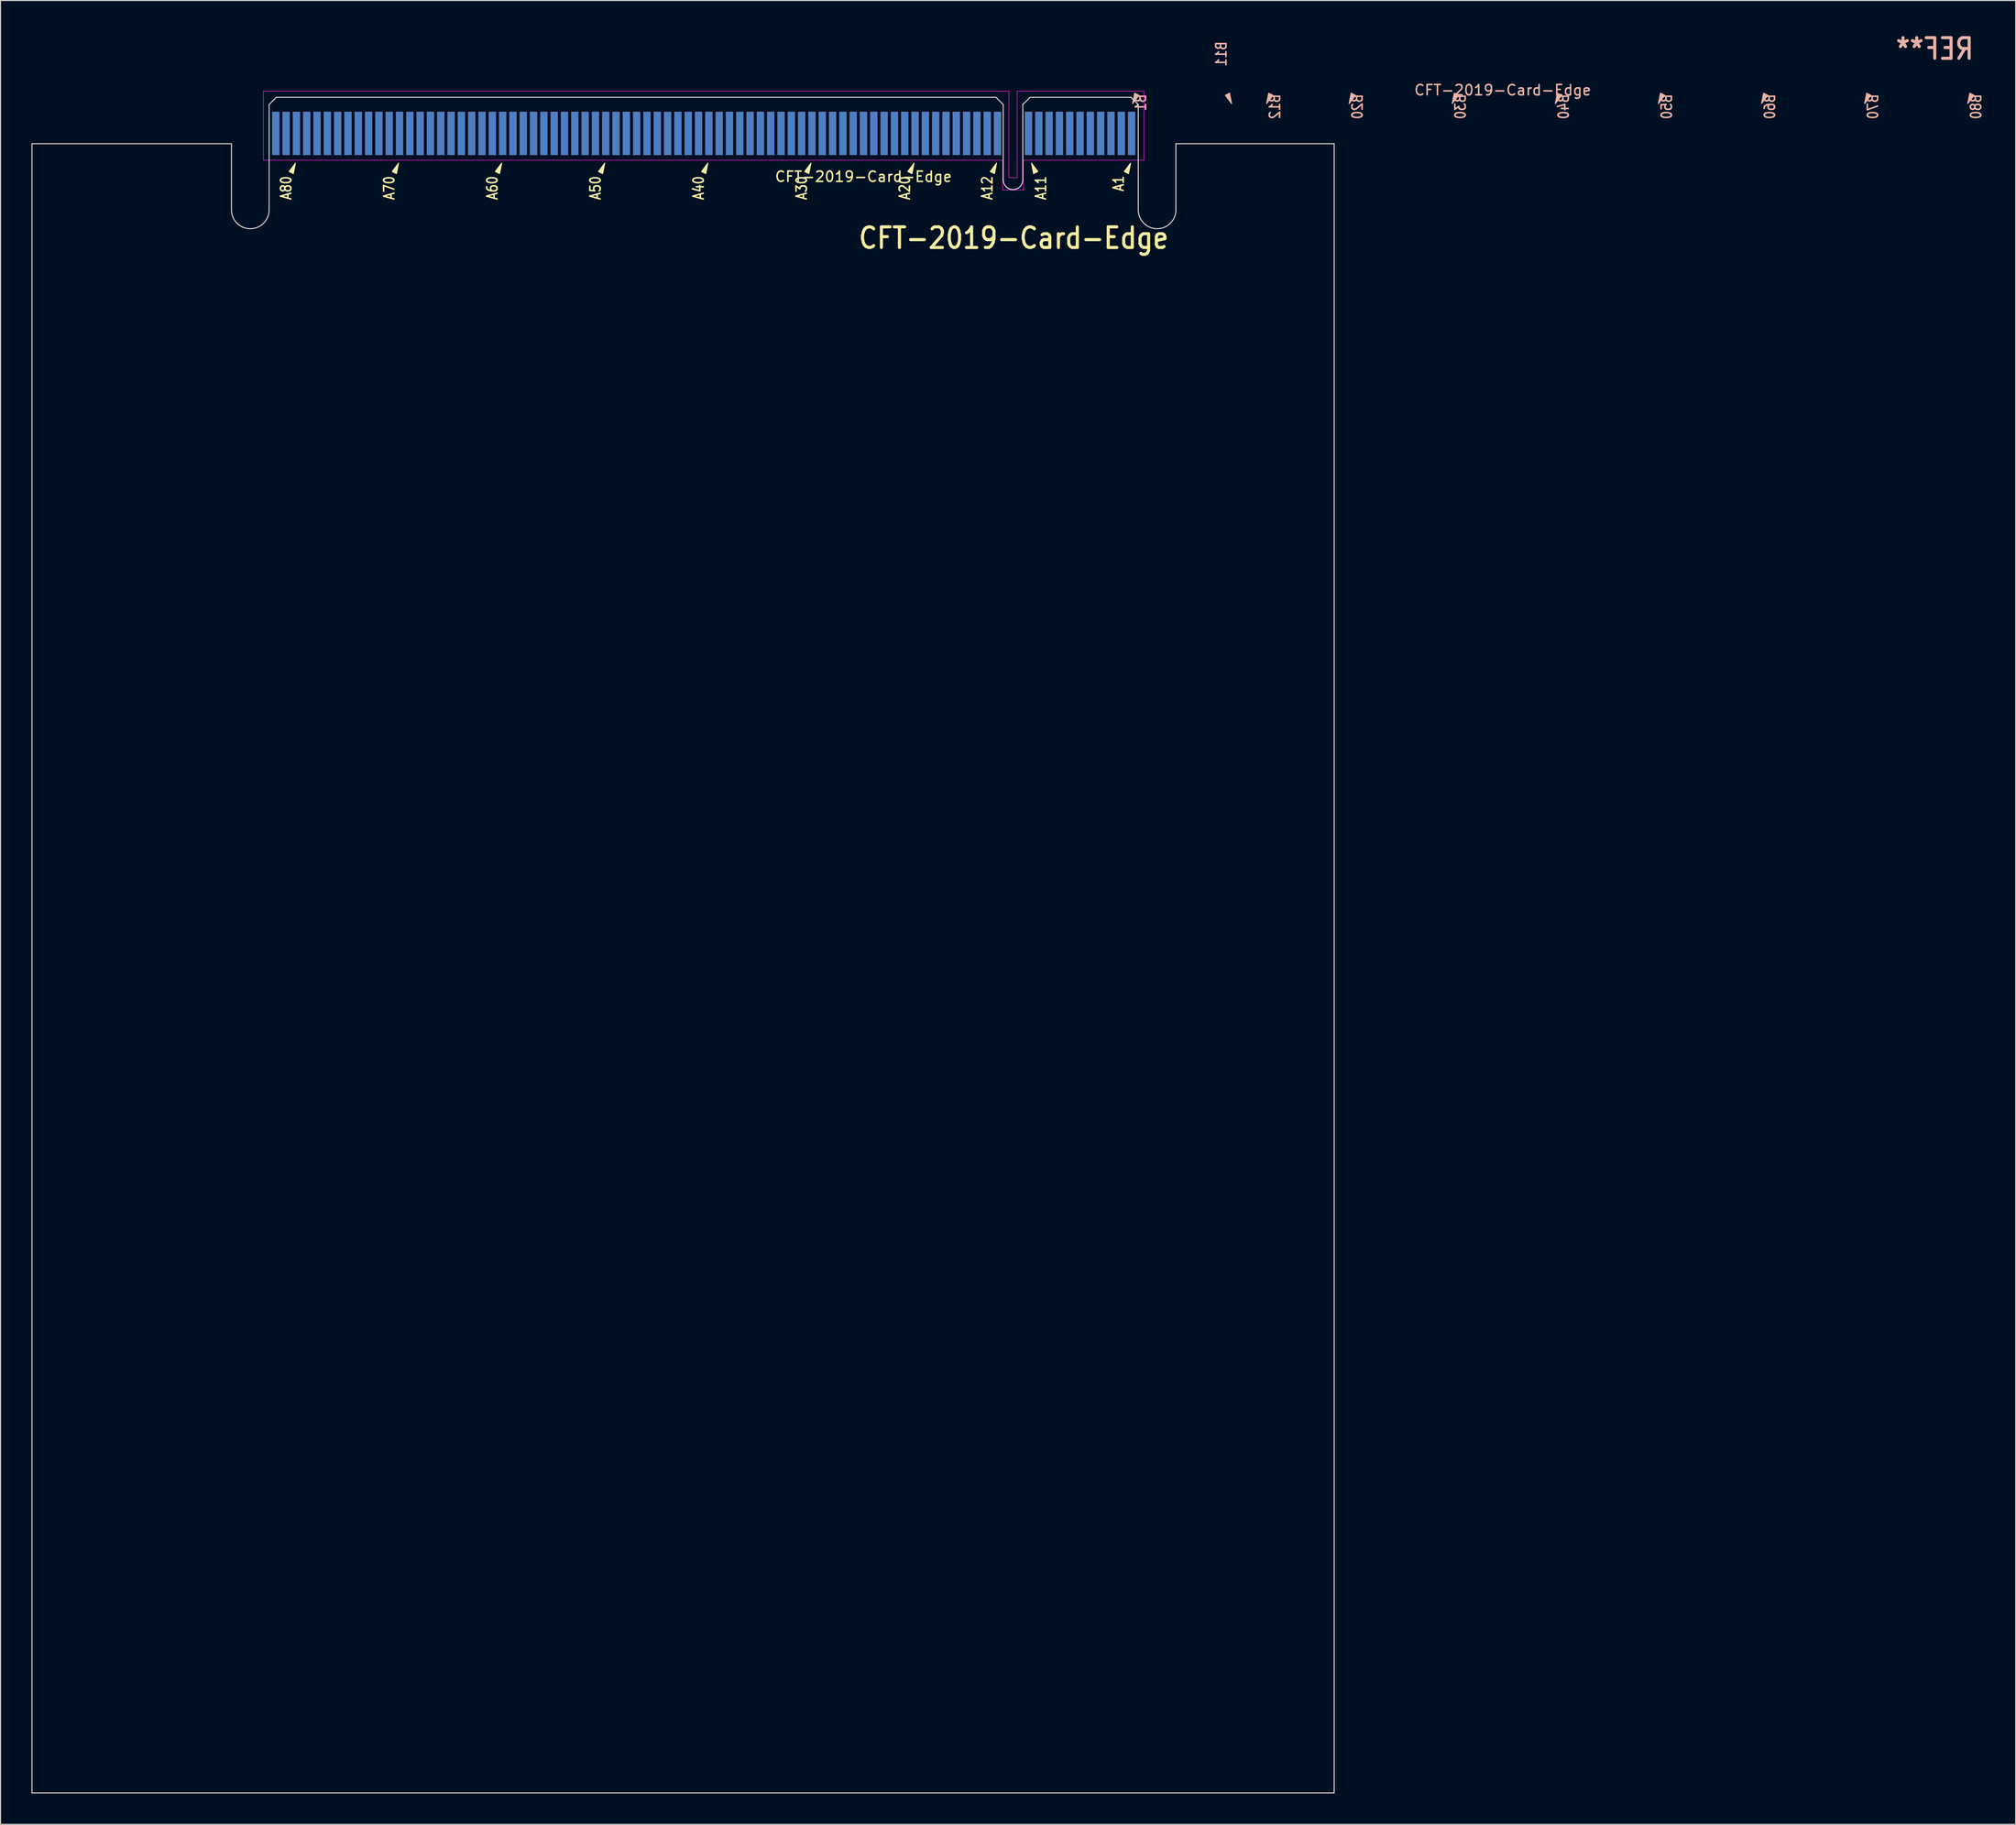
<source format=kicad_pcb>
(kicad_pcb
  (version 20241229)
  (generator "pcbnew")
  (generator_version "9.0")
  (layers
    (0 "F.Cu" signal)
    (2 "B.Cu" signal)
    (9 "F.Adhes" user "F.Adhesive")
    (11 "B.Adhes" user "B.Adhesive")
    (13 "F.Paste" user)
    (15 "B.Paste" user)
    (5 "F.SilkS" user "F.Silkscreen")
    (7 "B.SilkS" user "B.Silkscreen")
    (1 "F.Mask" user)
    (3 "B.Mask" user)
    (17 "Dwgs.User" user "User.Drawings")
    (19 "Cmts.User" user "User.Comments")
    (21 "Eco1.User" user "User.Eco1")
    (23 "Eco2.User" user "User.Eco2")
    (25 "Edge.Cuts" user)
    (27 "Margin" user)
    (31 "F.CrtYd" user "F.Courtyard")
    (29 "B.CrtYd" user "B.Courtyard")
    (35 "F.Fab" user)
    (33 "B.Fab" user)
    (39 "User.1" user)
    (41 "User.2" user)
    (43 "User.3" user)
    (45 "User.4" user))
  (footprint "CFT-2019-Card-Edge"
    (layer "F.Cu")
    (at 106.7 9.896)
    (property "Reference" "CFT-2019-Card-Edge" (at -26 4.2 180) (layer "F.SilkS") (effects (font (size 1 1) (thickness 0.15))))
    (attr exclude_from_pos_files exclude_from_bom)
    (fp_poly (pts (xy -81.1 2.9) (xy -81.3 3.9) (xy -81.7 3.7)) (stroke (width 0.1) (type solid)) (fill yes) (layer "F.SilkS"))
    (fp_poly (pts (xy -71.1 2.9) (xy -71.3 3.9) (xy -71.7 3.7)) (stroke (width 0.1) (type solid)) (fill yes) (layer "F.SilkS"))
    (fp_poly (pts (xy -61.1 2.9) (xy -61.3 3.9) (xy -61.7 3.7)) (stroke (width 0.1) (type solid)) (fill yes) (layer "F.SilkS"))
    (fp_poly (pts (xy -51.1 2.9) (xy -51.3 3.9) (xy -51.7 3.7)) (stroke (width 0.1) (type solid)) (fill yes) (layer "F.SilkS"))
    (fp_poly (pts (xy -41.1 2.9) (xy -41.3 3.9) (xy -41.7 3.7)) (stroke (width 0.1) (type solid)) (fill yes) (layer "F.SilkS"))
    (fp_poly (pts (xy -31.1 2.9) (xy -31.3 3.9) (xy -31.7 3.7)) (stroke (width 0.1) (type solid)) (fill yes) (layer "F.SilkS"))
    (fp_poly (pts (xy -21.1 2.9) (xy -21.3 3.9) (xy -21.7 3.7)) (stroke (width 0.1) (type solid)) (fill yes) (layer "F.SilkS"))
    (fp_poly (pts (xy -13.1 2.9) (xy -13.3 3.9) (xy -13.7 3.7)) (stroke (width 0.1) (type solid)) (fill yes) (layer "F.SilkS"))
    (fp_poly (pts (xy -9.7 2.9) (xy -9.5 3.9) (xy -9.1 3.7)) (stroke (width 0.1) (type solid)) (fill yes) (layer "F.SilkS"))
    (fp_poly (pts (xy -0.1 2.9) (xy -0.3 3.9) (xy -0.7 3.7)) (stroke (width 0.1) (type solid)) (fill yes) (layer "F.SilkS"))
    (fp_poly (pts (xy 0.1 -2.9) (xy 0.3 -3.9) (xy 0.7 -3.7)) (stroke (width 0.1) (type solid)) (fill yes) (layer "B.SilkS"))
    (fp_poly (pts (xy 9.7 -2.9) (xy 9.5 -3.9) (xy 9.1 -3.7)) (stroke (width 0.1) (type solid)) (fill yes) (layer "B.SilkS"))
    (fp_poly (pts (xy 13.1 -2.9) (xy 13.3 -3.9) (xy 13.7 -3.7)) (stroke (width 0.1) (type solid)) (fill yes) (layer "B.SilkS"))
    (fp_poly (pts (xy 21.1 -2.9) (xy 21.3 -3.9) (xy 21.7 -3.7)) (stroke (width 0.1) (type solid)) (fill yes) (layer "B.SilkS"))
    (fp_poly (pts (xy 31.1 -2.9) (xy 31.3 -3.9) (xy 31.7 -3.7)) (stroke (width 0.1) (type solid)) (fill yes) (layer "B.SilkS"))
    (fp_poly (pts (xy 41.1 -2.9) (xy 41.3 -3.9) (xy 41.7 -3.7)) (stroke (width 0.1) (type solid)) (fill yes) (layer "B.SilkS"))
    (fp_poly (pts (xy 51.1 -2.9) (xy 51.3 -3.9) (xy 51.7 -3.7)) (stroke (width 0.1) (type solid)) (fill yes) (layer "B.SilkS"))
    (fp_poly (pts (xy 61.1 -2.9) (xy 61.3 -3.9) (xy 61.7 -3.7)) (stroke (width 0.1) (type solid)) (fill yes) (layer "B.SilkS"))
    (fp_poly (pts (xy 71.1 -2.9) (xy 71.3 -3.9) (xy 71.7 -3.7)) (stroke (width 0.1) (type solid)) (fill yes) (layer "B.SilkS"))
    (fp_poly (pts (xy 81.1 -2.9) (xy 81.3 -3.9) (xy 81.7 -3.7)) (stroke (width 0.1) (type solid)) (fill yes) (layer "B.SilkS"))
    (fp_line (start -106.65 1) (end -87.3 1) (stroke (width 0.1) (type solid)) (layer "Edge.Cuts"))
    (fp_line (start -106.65 161.05) (end -106.65 1) (stroke (width 0.1) (type solid)) (layer "Edge.Cuts"))
    (fp_line (start -87.3 1) (end -87.3 7.425) (stroke (width 0.1) (type solid)) (layer "Edge.Cuts"))
    (fp_line (start -83.65 7.425) (end -83.65 -2.8) (stroke (width 0.1) (type solid)) (layer "Edge.Cuts"))
    (fp_line (start -82.95 -3.5) (end -83.65 -2.8) (stroke (width 0.1) (type solid)) (layer "Edge.Cuts"))
    (fp_line (start -13.15 -3.5) (end -82.95 -3.5) (stroke (width 0.1) (type solid)) (layer "Edge.Cuts"))
    (fp_line (start -13.15 -3.5) (end -12.45 -2.8) (stroke (width 0.1) (type solid)) (layer "Edge.Cuts"))
    (fp_line (start -12.45 4.5) (end -12.45 -2.8) (stroke (width 0.1) (type solid)) (layer "Edge.Cuts"))
    (fp_line (start -10.55 -2.8) (end -10.55 4.5) (stroke (width 0.1) (type solid)) (layer "Edge.Cuts"))
    (fp_line (start -9.85 -3.5) (end -10.55 -2.8) (stroke (width 0.1) (type solid)) (layer "Edge.Cuts"))
    (fp_line (start -0.05 -3.5) (end -9.85 -3.5) (stroke (width 0.1) (type solid)) (layer "Edge.Cuts"))
    (fp_line (start -0.05 -3.5) (end 0.65 -2.8) (stroke (width 0.1) (type solid)) (layer "Edge.Cuts"))
    (fp_line (start 0.65 7.425) (end 0.65 -2.8) (stroke (width 0.1) (type solid)) (layer "Edge.Cuts"))
    (fp_line (start 4.3 1) (end 4.3 7.425) (stroke (width 0.1) (type solid)) (layer "Edge.Cuts"))
    (fp_line (start 19.65 1) (end 4.3 1) (stroke (width 0.1) (type solid)) (layer "Edge.Cuts"))
    (fp_line (start 19.65 161.05) (end -106.65 161.05) (stroke (width 0.1) (type solid)) (layer "Edge.Cuts"))
    (fp_line (start 19.65 161.05) (end 19.65 1) (stroke (width 0.1) (type solid)) (layer "Edge.Cuts"))
    (fp_arc (start -83.65 7.425) (mid -85.475 9.25) (end -87.3 7.425) (stroke (width 0.1) (type solid)) (layer "Edge.Cuts"))
    (fp_arc (start -10.55 4.5) (mid -11.5 5.45) (end -12.45 4.5) (stroke (width 0.1) (type solid)) (layer "Edge.Cuts"))
    (fp_arc (start 4.3 7.425) (mid 2.475 9.25) (end 0.65 7.425) (stroke (width 0.1) (type solid)) (layer "Edge.Cuts"))
    (fp_line (start -84.2 -4.1) (end -84.2 2.6) (stroke (width 0.05) (type solid)) (layer "F.CrtYd"))
    (fp_line (start -84.2 2.6) (end -12.5 2.6) (stroke (width 0.05) (type solid)) (layer "F.CrtYd"))
    (fp_line (start -12.5 2.6) (end -12.5 5.5) (stroke (width 0.05) (type solid)) (layer "F.CrtYd"))
    (fp_line (start -12.5 5.5) (end -10.5 5.5) (stroke (width 0.05) (type solid)) (layer "F.CrtYd"))
    (fp_line (start -11.9 -4.1) (end -84.2 -4.1) (stroke (width 0.05) (type solid)) (layer "F.CrtYd"))
    (fp_line (start -11.9 4.3) (end -11.9 -4.1) (stroke (width 0.05) (type solid)) (layer "F.CrtYd"))
    (fp_line (start -11.1 -4.1) (end -11.1 4.3) (stroke (width 0.05) (type solid)) (layer "F.CrtYd"))
    (fp_line (start -11.1 4.3) (end -11.9 4.3) (stroke (width 0.05) (type solid)) (layer "F.CrtYd"))
    (fp_line (start -10.5 2.6) (end 1.2 2.6) (stroke (width 0.05) (type solid)) (layer "F.CrtYd"))
    (fp_line (start -10.5 5.5) (end -10.5 2.6) (stroke (width 0.05) (type solid)) (layer "F.CrtYd"))
    (fp_line (start 1.2 -4.1) (end -11.1 -4.1) (stroke (width 0.05) (type solid)) (layer "F.CrtYd"))
    (fp_line (start 1.2 2.6) (end 1.2 -4.1) (stroke (width 0.05) (type solid)) (layer "F.CrtYd"))
    (fp_text user "A11" (at -8.8 6.54 270) (layer "F.SilkS") (effects (font (size 1 0.83) (thickness 0.15)) (justify left)))
    (fp_text user "A50" (at -52 6.54 270) (layer "F.SilkS") (effects (font (size 1 0.83) (thickness 0.15)) (justify left)))
    (fp_text user "A40" (at -42 6.54 270) (layer "F.SilkS") (effects (font (size 1 0.83) (thickness 0.15)) (justify left)))
    (fp_text user "A1" (at -1.27 5.715 270) (layer "F.SilkS") (effects (font (size 1 0.83) (thickness 0.15)) (justify left)))
    (fp_text user "${REFERENCE}" (at -11.43 10.16 180) (layer "F.SilkS") (effects (font (size 2 1.75) (thickness 0.3))))
    (fp_text user "A30" (at -32 6.54 270) (layer "F.SilkS") (effects (font (size 1 0.83) (thickness 0.15)) (justify left)))
    (fp_text user "A60" (at -62 6.54 270) (layer "F.SilkS") (effects (font (size 1 0.83) (thickness 0.15)) (justify left)))
    (fp_text user "A70" (at -72 6.54 270) (layer "F.SilkS") (effects (font (size 1 0.83) (thickness 0.15)) (justify left)))
    (fp_text user "A80" (at -82 6.54 270) (layer "F.SilkS") (effects (font (size 1 0.83) (thickness 0.15)) (justify left)))
    (fp_text user "A20" (at -22 6.54 270) (layer "F.SilkS") (effects (font (size 1 0.83) (thickness 0.15)) (justify left)))
    (fp_text user "A12" (at -14 6.54 270) (layer "F.SilkS") (effects (font (size 1 0.83) (thickness 0.15)) (justify left)))
    (fp_text user "B30" (at 31.9 -3.9 270) (layer "B.SilkS") (effects (font (size 1 0.83) (thickness 0.15)) (justify left mirror)))
    (fp_text user "B11" (at 8.7 -6.4 270) (layer "B.SilkS") (effects (font (size 1 0.83) (thickness 0.15)) (justify right mirror)))
    (fp_text user "B80" (at 81.9 -3.9 270) (layer "B.SilkS") (effects (font (size 1 0.83) (thickness 0.15)) (justify left mirror)))
    (fp_text user "B20" (at 21.9 -3.9 270) (layer "B.SilkS") (effects (font (size 1 0.83) (thickness 0.15)) (justify left mirror)))
    (fp_text user "B70" (at 71.9 -3.9 270) (layer "B.SilkS") (effects (font (size 1 0.83) (thickness 0.15)) (justify left mirror)))
    (fp_text user "B40" (at 41.9 -3.9 270) (layer "B.SilkS") (effects (font (size 1 0.83) (thickness 0.15)) (justify left mirror)))
    (fp_text user "B60" (at 61.9 -3.9 270) (layer "B.SilkS") (effects (font (size 1 0.83) (thickness 0.15)) (justify left mirror)))
    (fp_text user "B12" (at 13.9 -3.9 270) (layer "B.SilkS") (effects (font (size 1 0.83) (thickness 0.15)) (justify left mirror)))
    (fp_text user "B50" (at 51.9 -3.9 270) (layer "B.SilkS") (effects (font (size 1 0.83) (thickness 0.15)) (justify left mirror)))
    (fp_text user "${REFERENCE}" (at 36 -4.2 0) (layer "B.SilkS") (effects (font (size 1 1) (thickness 0.15))))
    (fp_text user "REF**" (at 77.9 -8.2 0) (layer "B.SilkS") (effects (font (size 2 1.75) (thickness 0.3)) (justify mirror)))
    (fp_text user "B1" (at 0.9 -3.9 270) (layer "B.SilkS") (effects (font (size 1 0.83) (thickness 0.15)) (justify left mirror)))
    (pad "A1" connect rect (at 0 0 180) (size 0.7 4.2) (layers "F.Cu" "F.Mask"))
    (pad "A2" connect rect (at -1 0 180) (size 0.7 4.2) (layers "F.Cu" "F.Mask"))
    (pad "A3" connect rect (at -2 0 180) (size 0.7 4.2) (layers "F.Cu" "F.Mask"))
    (pad "A4" connect rect (at -3 0 180) (size 0.7 4.2) (layers "F.Cu" "F.Mask"))
    (pad "A5" connect rect (at -4 0 180) (size 0.7 4.2) (layers "F.Cu" "F.Mask"))
    (pad "A6" connect rect (at -5 0 180) (size 0.7 4.2) (layers "F.Cu" "F.Mask"))
    (pad "A7" connect rect (at -6 0 180) (size 0.7 4.2) (layers "F.Cu" "F.Mask"))
    (pad "A8" connect rect (at -7 0 180) (size 0.7 4.2) (layers "F.Cu" "F.Mask"))
    (pad "A9" connect rect (at -8 0 180) (size 0.7 4.2) (layers "F.Cu" "F.Mask"))
    (pad "A10" connect rect (at -9 0 180) (size 0.7 4.2) (layers "F.Cu" "F.Mask"))
    (pad "A11" connect rect (at -10 0 180) (size 0.7 4.2) (layers "F.Cu" "F.Mask"))
    (pad "A12" connect rect (at -13 0 180) (size 0.7 4.2) (layers "F.Cu" "F.Mask"))
    (pad "A13" connect rect (at -14 0 180) (size 0.7 4.2) (layers "F.Cu" "F.Mask"))
    (pad "A14" connect rect (at -15 0 180) (size 0.7 4.2) (layers "F.Cu" "F.Mask"))
    (pad "A15" connect rect (at -16 0 180) (size 0.7 4.2) (layers "F.Cu" "F.Mask"))
    (pad "A16" connect rect (at -17 0 180) (size 0.7 4.2) (layers "F.Cu" "F.Mask"))
    (pad "A17" connect rect (at -18 0 180) (size 0.7 4.2) (layers "F.Cu" "F.Mask"))
    (pad "A18" connect rect (at -19 0 180) (size 0.7 4.2) (layers "F.Cu" "F.Mask"))
    (pad "A19" connect rect (at -20 0 180) (size 0.7 4.2) (layers "F.Cu" "F.Mask"))
    (pad "A20" connect rect (at -21 0 180) (size 0.7 4.2) (layers "F.Cu" "F.Mask"))
    (pad "A21" connect rect (at -22 0 180) (size 0.7 4.2) (layers "F.Cu" "F.Mask"))
    (pad "A22" connect rect (at -23 0 180) (size 0.7 4.2) (layers "F.Cu" "F.Mask"))
    (pad "A23" connect rect (at -24 0 180) (size 0.7 4.2) (layers "F.Cu" "F.Mask"))
    (pad "A24" connect rect (at -25 0 180) (size 0.7 4.2) (layers "F.Cu" "F.Mask"))
    (pad "A25" connect rect (at -26 0 180) (size 0.7 4.2) (layers "F.Cu" "F.Mask"))
    (pad "A26" connect rect (at -27 0 180) (size 0.7 4.2) (layers "F.Cu" "F.Mask"))
    (pad "A27" connect rect (at -28 0 180) (size 0.7 4.2) (layers "F.Cu" "F.Mask"))
    (pad "A28" connect rect (at -29 0 180) (size 0.7 4.2) (layers "F.Cu" "F.Mask"))
    (pad "A29" connect rect (at -30 0 180) (size 0.7 4.2) (layers "F.Cu" "F.Mask"))
    (pad "A30" connect rect (at -31 0 180) (size 0.7 4.2) (layers "F.Cu" "F.Mask"))
    (pad "A31" connect rect (at -32 0 180) (size 0.7 4.2) (layers "F.Cu" "F.Mask"))
    (pad "A32" connect rect (at -33 0 180) (size 0.7 4.2) (layers "F.Cu" "F.Mask"))
    (pad "A33" connect rect (at -34 0 180) (size 0.7 4.2) (layers "F.Cu" "F.Mask"))
    (pad "A34" connect rect (at -35 0 180) (size 0.7 4.2) (layers "F.Cu" "F.Mask"))
    (pad "A35" connect rect (at -36 0 180) (size 0.7 4.2) (layers "F.Cu" "F.Mask"))
    (pad "A36" connect rect (at -37 0 180) (size 0.7 4.2) (layers "F.Cu" "F.Mask"))
    (pad "A37" connect rect (at -38 0 180) (size 0.7 4.2) (layers "F.Cu" "F.Mask"))
    (pad "A38" connect rect (at -39 0 180) (size 0.7 4.2) (layers "F.Cu" "F.Mask"))
    (pad "A39" connect rect (at -40 0 180) (size 0.7 4.2) (layers "F.Cu" "F.Mask"))
    (pad "A40" connect rect (at -41 0 180) (size 0.7 4.2) (layers "F.Cu" "F.Mask"))
    (pad "A41" connect rect (at -42 0 180) (size 0.7 4.2) (layers "F.Cu" "F.Mask"))
    (pad "A42" connect rect (at -43 0 180) (size 0.7 4.2) (layers "F.Cu" "F.Mask"))
    (pad "A43" connect rect (at -44 0 180) (size 0.7 4.2) (layers "F.Cu" "F.Mask"))
    (pad "A44" connect rect (at -45 0 180) (size 0.7 4.2) (layers "F.Cu" "F.Mask"))
    (pad "A45" connect rect (at -46 0 180) (size 0.7 4.2) (layers "F.Cu" "F.Mask"))
    (pad "A46" connect rect (at -47 0 180) (size 0.7 4.2) (layers "F.Cu" "F.Mask"))
    (pad "A47" connect rect (at -48 0 180) (size 0.7 4.2) (layers "F.Cu" "F.Mask"))
    (pad "A48" connect rect (at -49 0 180) (size 0.7 4.2) (layers "F.Cu" "F.Mask"))
    (pad "A49" connect rect (at -50 0 180) (size 0.7 4.2) (layers "F.Cu" "F.Mask"))
    (pad "A50" connect rect (at -51 0 180) (size 0.7 4.2) (layers "F.Cu" "F.Mask"))
    (pad "A51" connect rect (at -52 0 180) (size 0.7 4.2) (layers "F.Cu" "F.Mask"))
    (pad "A52" connect rect (at -53 0 180) (size 0.7 4.2) (layers "F.Cu" "F.Mask"))
    (pad "A53" connect rect (at -54 0 180) (size 0.7 4.2) (layers "F.Cu" "F.Mask"))
    (pad "A54" connect rect (at -55 0 180) (size 0.7 4.2) (layers "F.Cu" "F.Mask"))
    (pad "A55" connect rect (at -56 0 180) (size 0.7 4.2) (layers "F.Cu" "F.Mask"))
    (pad "A56" connect rect (at -57 0 180) (size 0.7 4.2) (layers "F.Cu" "F.Mask"))
    (pad "A57" connect rect (at -58 0 180) (size 0.7 4.2) (layers "F.Cu" "F.Mask"))
    (pad "A58" connect rect (at -59 0 180) (size 0.7 4.2) (layers "F.Cu" "F.Mask"))
    (pad "A59" connect rect (at -60 0 180) (size 0.7 4.2) (layers "F.Cu" "F.Mask"))
    (pad "A60" connect rect (at -61 0 180) (size 0.7 4.2) (layers "F.Cu" "F.Mask"))
    (pad "A61" connect rect (at -62 0 180) (size 0.7 4.2) (layers "F.Cu" "F.Mask"))
    (pad "A62" connect rect (at -63 0 180) (size 0.7 4.2) (layers "F.Cu" "F.Mask"))
    (pad "A63" connect rect (at -64 0 180) (size 0.7 4.2) (layers "F.Cu" "F.Mask"))
    (pad "A64" connect rect (at -65 0 180) (size 0.7 4.2) (layers "F.Cu" "F.Mask"))
    (pad "A65" connect rect (at -66 0 180) (size 0.7 4.2) (layers "F.Cu" "F.Mask"))
    (pad "A66" connect rect (at -67 0 180) (size 0.7 4.2) (layers "F.Cu" "F.Mask"))
    (pad "A67" connect rect (at -68 0 180) (size 0.7 4.2) (layers "F.Cu" "F.Mask"))
    (pad "A68" connect rect (at -69 0 180) (size 0.7 4.2) (layers "F.Cu" "F.Mask"))
    (pad "A69" connect rect (at -70 0 180) (size 0.7 4.2) (layers "F.Cu" "F.Mask"))
    (pad "A70" connect rect (at -71 0 180) (size 0.7 4.2) (layers "F.Cu" "F.Mask"))
    (pad "A71" connect rect (at -72 0 180) (size 0.7 4.2) (layers "F.Cu" "F.Mask"))
    (pad "A72" connect rect (at -73 0 180) (size 0.7 4.2) (layers "F.Cu" "F.Mask"))
    (pad "A73" connect rect (at -74 0 180) (size 0.7 4.2) (layers "F.Cu" "F.Mask"))
    (pad "A74" connect rect (at -75 0 180) (size 0.7 4.2) (layers "F.Cu" "F.Mask"))
    (pad "A75" connect rect (at -76 0 180) (size 0.7 4.2) (layers "F.Cu" "F.Mask"))
    (pad "A76" connect rect (at -77 0 180) (size 0.7 4.2) (layers "F.Cu" "F.Mask"))
    (pad "A77" connect rect (at -78 0 180) (size 0.7 4.2) (layers "F.Cu" "F.Mask"))
    (pad "A78" connect rect (at -79 0 180) (size 0.7 4.2) (layers "F.Cu" "F.Mask"))
    (pad "A79" connect rect (at -80 0 180) (size 0.7 4.2) (layers "F.Cu" "F.Mask"))
    (pad "A80" connect rect (at -81 0 180) (size 0.7 4.2) (layers "F.Cu" "F.Mask"))
    (pad "A81" connect rect (at -82 0 180) (size 0.7 4.2) (layers "F.Cu" "F.Mask"))
    (pad "A82" connect rect (at -83 0 180) (size 0.7 4.2) (layers "F.Cu" "F.Mask"))
    (pad "B1" connect rect (at 0 0 180) (size 0.7 4.2) (layers "B.Cu" "B.Mask"))
    (pad "B2" connect rect (at -1 0 180) (size 0.7 4.2) (layers "B.Cu" "B.Mask"))
    (pad "B3" connect rect (at -2 0 180) (size 0.7 4.2) (layers "B.Cu" "B.Mask"))
    (pad "B4" connect rect (at -3 0 180) (size 0.7 4.2) (layers "B.Cu" "B.Mask"))
    (pad "B5" connect rect (at -4 0 180) (size 0.7 4.2) (layers "B.Cu" "B.Mask"))
    (pad "B6" connect rect (at -5 0 180) (size 0.7 4.2) (layers "B.Cu" "B.Mask"))
    (pad "B7" connect rect (at -6 0 180) (size 0.7 4.2) (layers "B.Cu" "B.Mask"))
    (pad "B8" connect rect (at -7 0 180) (size 0.7 4.2) (layers "B.Cu" "B.Mask"))
    (pad "B9" connect rect (at -8 0 180) (size 0.7 4.2) (layers "B.Cu" "B.Mask"))
    (pad "B10" connect rect (at -9 0 180) (size 0.7 4.2) (layers "B.Cu" "B.Mask"))
    (pad "B11" connect rect (at -10 0 180) (size 0.7 4.2) (layers "B.Cu" "B.Mask"))
    (pad "B12" connect rect (at -13 0 180) (size 0.7 4.2) (layers "B.Cu" "B.Mask"))
    (pad "B13" connect rect (at -14 0 180) (size 0.7 4.2) (layers "B.Cu" "B.Mask"))
    (pad "B14" connect rect (at -15 0 180) (size 0.7 4.2) (layers "B.Cu" "B.Mask"))
    (pad "B15" connect rect (at -16 0 180) (size 0.7 4.2) (layers "B.Cu" "B.Mask"))
    (pad "B16" connect rect (at -17 0 180) (size 0.7 4.2) (layers "B.Cu" "B.Mask"))
    (pad "B17" connect rect (at -18 0 180) (size 0.7 4.2) (layers "B.Cu" "B.Mask"))
    (pad "B18" connect rect (at -19 0 180) (size 0.7 4.2) (layers "B.Cu" "B.Mask"))
    (pad "B19" connect rect (at -20 0 180) (size 0.7 4.2) (layers "B.Cu" "B.Mask"))
    (pad "B20" connect rect (at -21 0 180) (size 0.7 4.2) (layers "B.Cu" "B.Mask"))
    (pad "B21" connect rect (at -22 0 180) (size 0.7 4.2) (layers "B.Cu" "B.Mask"))
    (pad "B22" connect rect (at -23 0 180) (size 0.7 4.2) (layers "B.Cu" "B.Mask"))
    (pad "B23" connect rect (at -24 0 180) (size 0.7 4.2) (layers "B.Cu" "B.Mask"))
    (pad "B24" connect rect (at -25 0 180) (size 0.7 4.2) (layers "B.Cu" "B.Mask"))
    (pad "B25" connect rect (at -26 0 180) (size 0.7 4.2) (layers "B.Cu" "B.Mask"))
    (pad "B26" connect rect (at -27 0 180) (size 0.7 4.2) (layers "B.Cu" "B.Mask"))
    (pad "B27" connect rect (at -28 0 180) (size 0.7 4.2) (layers "B.Cu" "B.Mask"))
    (pad "B28" connect rect (at -29 0 180) (size 0.7 4.2) (layers "B.Cu" "B.Mask"))
    (pad "B29" connect rect (at -30 0 180) (size 0.7 4.2) (layers "B.Cu" "B.Mask"))
    (pad "B30" connect rect (at -31 0 180) (size 0.7 4.2) (layers "B.Cu" "B.Mask"))
    (pad "B31" connect rect (at -32 0 180) (size 0.7 4.2) (layers "B.Cu" "B.Mask"))
    (pad "B32" connect rect (at -33 0 180) (size 0.7 4.2) (layers "B.Cu" "B.Mask"))
    (pad "B33" connect rect (at -34 0 180) (size 0.7 4.2) (layers "B.Cu" "B.Mask"))
    (pad "B34" connect rect (at -35 0 180) (size 0.7 4.2) (layers "B.Cu" "B.Mask"))
    (pad "B35" connect rect (at -36 0 180) (size 0.7 4.2) (layers "B.Cu" "B.Mask"))
    (pad "B36" connect rect (at -37 0 180) (size 0.7 4.2) (layers "B.Cu" "B.Mask"))
    (pad "B37" connect rect (at -38 0 180) (size 0.7 4.2) (layers "B.Cu" "B.Mask"))
    (pad "B38" connect rect (at -39 0 180) (size 0.7 4.2) (layers "B.Cu" "B.Mask"))
    (pad "B39" connect rect (at -40 0 180) (size 0.7 4.2) (layers "B.Cu" "B.Mask"))
    (pad "B40" connect rect (at -41 0 180) (size 0.7 4.2) (layers "B.Cu" "B.Mask"))
    (pad "B41" connect rect (at -42 0 180) (size 0.7 4.2) (layers "B.Cu" "B.Mask"))
    (pad "B42" connect rect (at -43 0 180) (size 0.7 4.2) (layers "B.Cu" "B.Mask"))
    (pad "B43" connect rect (at -44 0 180) (size 0.7 4.2) (layers "B.Cu" "B.Mask"))
    (pad "B44" connect rect (at -45 0 180) (size 0.7 4.2) (layers "B.Cu" "B.Mask"))
    (pad "B45" connect rect (at -46 0 180) (size 0.7 4.2) (layers "B.Cu" "B.Mask"))
    (pad "B46" connect rect (at -47 0 180) (size 0.7 4.2) (layers "B.Cu" "B.Mask"))
    (pad "B47" connect rect (at -48 0 180) (size 0.7 4.2) (layers "B.Cu" "B.Mask"))
    (pad "B48" connect rect (at -49 0 180) (size 0.7 4.2) (layers "B.Cu" "B.Mask"))
    (pad "B49" connect rect (at -50 0 180) (size 0.7 4.2) (layers "B.Cu" "B.Mask"))
    (pad "B50" connect rect (at -51 0 180) (size 0.7 4.2) (layers "B.Cu" "B.Mask"))
    (pad "B51" connect rect (at -52 0 180) (size 0.7 4.2) (layers "B.Cu" "B.Mask"))
    (pad "B52" connect rect (at -53 0 180) (size 0.7 4.2) (layers "B.Cu" "B.Mask"))
    (pad "B53" connect rect (at -54 0 180) (size 0.7 4.2) (layers "B.Cu" "B.Mask"))
    (pad "B54" connect rect (at -55 0 180) (size 0.7 4.2) (layers "B.Cu" "B.Mask"))
    (pad "B55" connect rect (at -56 0 180) (size 0.7 4.2) (layers "B.Cu" "B.Mask"))
    (pad "B56" connect rect (at -57 0 180) (size 0.7 4.2) (layers "B.Cu" "B.Mask"))
    (pad "B57" connect rect (at -58 0 180) (size 0.7 4.2) (layers "B.Cu" "B.Mask"))
    (pad "B58" connect rect (at -59 0 180) (size 0.7 4.2) (layers "B.Cu" "B.Mask"))
    (pad "B59" connect rect (at -60 0 180) (size 0.7 4.2) (layers "B.Cu" "B.Mask"))
    (pad "B60" connect rect (at -61 0 180) (size 0.7 4.2) (layers "B.Cu" "B.Mask"))
    (pad "B61" connect rect (at -62 0 180) (size 0.7 4.2) (layers "B.Cu" "B.Mask"))
    (pad "B62" connect rect (at -63 0 180) (size 0.7 4.2) (layers "B.Cu" "B.Mask"))
    (pad "B63" connect rect (at -64 0 180) (size 0.7 4.2) (layers "B.Cu" "B.Mask"))
    (pad "B64" connect rect (at -65 0 180) (size 0.7 4.2) (layers "B.Cu" "B.Mask"))
    (pad "B65" connect rect (at -66 0 180) (size 0.7 4.2) (layers "B.Cu" "B.Mask"))
    (pad "B66" connect rect (at -67 0 180) (size 0.7 4.2) (layers "B.Cu" "B.Mask"))
    (pad "B67" connect rect (at -68 0 180) (size 0.7 4.2) (layers "B.Cu" "B.Mask"))
    (pad "B68" connect rect (at -69 0 180) (size 0.7 4.2) (layers "B.Cu" "B.Mask"))
    (pad "B69" connect rect (at -70 0 180) (size 0.7 4.2) (layers "B.Cu" "B.Mask"))
    (pad "B70" connect rect (at -71 0 180) (size 0.7 4.2) (layers "B.Cu" "B.Mask"))
    (pad "B71" connect rect (at -72 0 180) (size 0.7 4.2) (layers "B.Cu" "B.Mask"))
    (pad "B72" connect rect (at -73 0 180) (size 0.7 4.2) (layers "B.Cu" "B.Mask"))
    (pad "B73" connect rect (at -74 0 180) (size 0.7 4.2) (layers "B.Cu" "B.Mask"))
    (pad "B74" connect rect (at -75 0 180) (size 0.7 4.2) (layers "B.Cu" "B.Mask"))
    (pad "B75" connect rect (at -76 0 180) (size 0.7 4.2) (layers "B.Cu" "B.Mask"))
    (pad "B76" connect rect (at -77 0 180) (size 0.7 4.2) (layers "B.Cu" "B.Mask"))
    (pad "B77" connect rect (at -78 0 180) (size 0.7 4.2) (layers "B.Cu" "B.Mask"))
    (pad "B78" connect rect (at -79 0 180) (size 0.7 4.2) (layers "B.Cu" "B.Mask"))
    (pad "B79" connect rect (at -80 0 180) (size 0.7 4.2) (layers "B.Cu" "B.Mask"))
    (pad "B80" connect rect (at -81 0 180) (size 0.7 4.2) (layers "B.Cu" "B.Mask"))
    (pad "B81" connect rect (at -82 0 180) (size 0.7 4.2) (layers "B.Cu" "B.Mask"))
    (pad "B82" connect rect (at -83 0 180) (size 0.7 4.2) (layers "B.Cu" "B.Mask")))
  (gr_rect
    (start -3 -3)
    (end 192.448 173.996)
    (stroke (width 0.1) (type default))
    (fill no)
    (layer "Edge.Cuts")))
</source>
